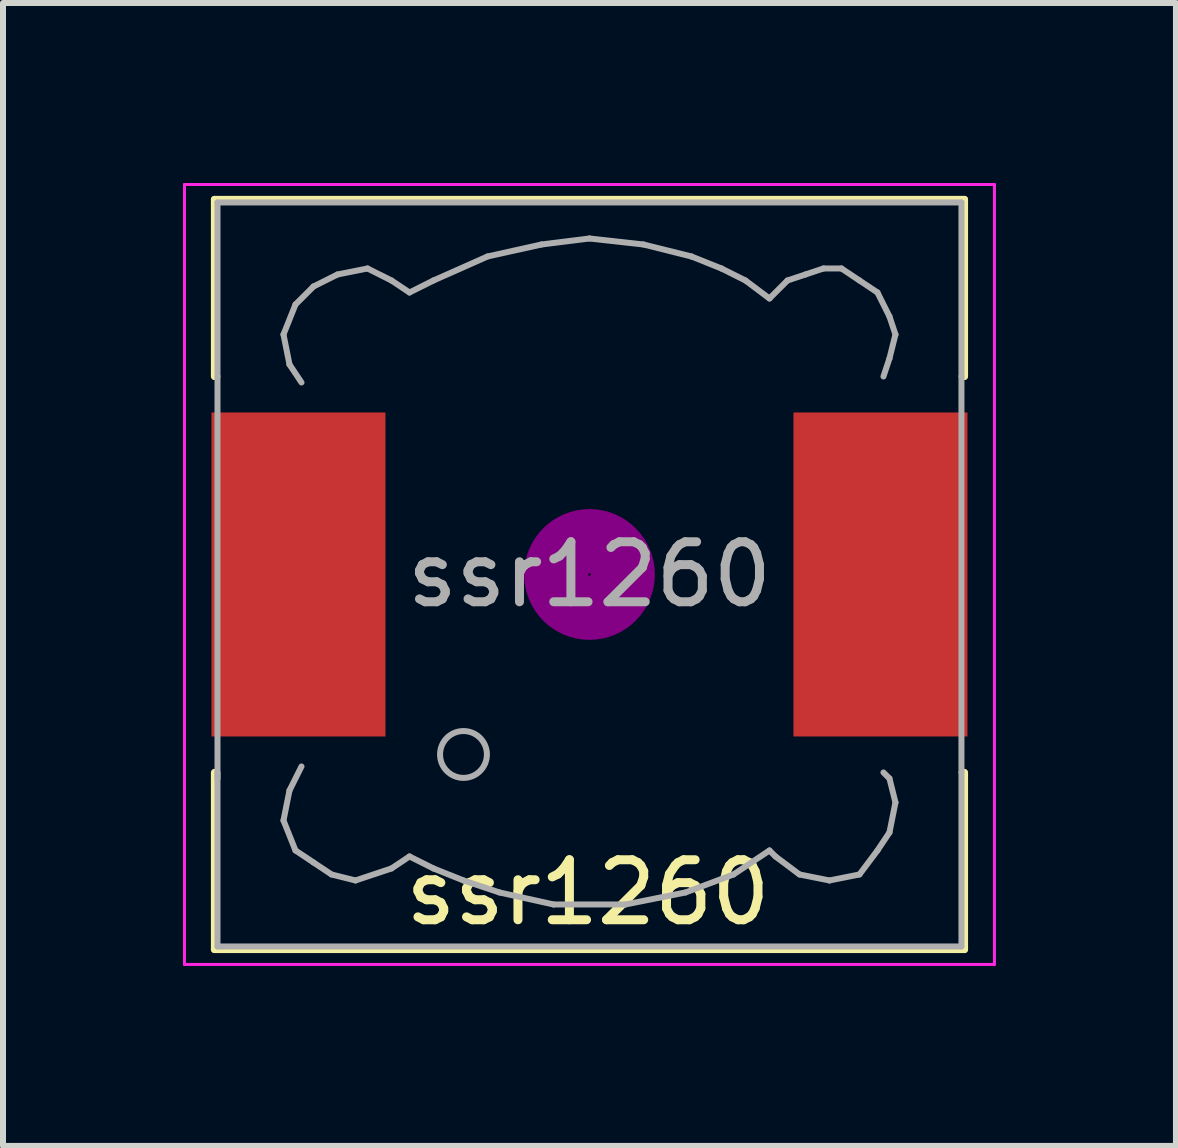
<source format=kicad_pcb>
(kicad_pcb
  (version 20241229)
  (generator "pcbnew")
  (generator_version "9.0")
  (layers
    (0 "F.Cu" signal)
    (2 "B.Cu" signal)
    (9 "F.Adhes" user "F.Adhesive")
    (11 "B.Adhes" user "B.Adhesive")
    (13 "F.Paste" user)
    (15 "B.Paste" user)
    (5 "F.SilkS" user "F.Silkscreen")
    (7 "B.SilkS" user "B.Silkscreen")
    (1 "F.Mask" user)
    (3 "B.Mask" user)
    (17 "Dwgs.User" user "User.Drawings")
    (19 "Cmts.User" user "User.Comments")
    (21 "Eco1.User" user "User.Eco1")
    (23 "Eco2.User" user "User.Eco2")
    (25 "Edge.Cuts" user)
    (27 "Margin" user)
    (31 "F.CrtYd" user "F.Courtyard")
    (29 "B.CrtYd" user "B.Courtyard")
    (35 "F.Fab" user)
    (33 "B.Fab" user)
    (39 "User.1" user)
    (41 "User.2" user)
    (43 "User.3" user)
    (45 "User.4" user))
  (footprint "ssr1260"
    (layer "F.Cu")
    (at 6.775 6.525)
    (property "Reference" "ssr1260" (at -0.025 5.3 0) (layer "F.SilkS") (effects (font (size 1 1) (thickness 0.15))))
    (attr smd)
    (fp_line (start -6.25 -6.25) (end 6.25 -6.25) (stroke (width 0.12) (type solid)) (layer "F.SilkS"))
    (fp_line (start -6.25 -3.3) (end -6.25 -6.25) (stroke (width 0.12) (type solid)) (layer "F.SilkS"))
    (fp_line (start -6.25 6.25) (end -6.25 3.3) (stroke (width 0.12) (type solid)) (layer "F.SilkS"))
    (fp_line (start 6.25 -6.25) (end 6.25 -3.3) (stroke (width 0.12) (type solid)) (layer "F.SilkS"))
    (fp_line (start 6.25 3.3) (end 6.25 6.25) (stroke (width 0.12) (type solid)) (layer "F.SilkS"))
    (fp_line (start 6.25 6.25) (end -6.25 6.25) (stroke (width 0.12) (type solid)) (layer "F.SilkS"))
    (fp_circle (center 0 0) (end 0.15 0.15) (stroke (width 0.38) (type solid)) (fill no) (layer "F.Adhes"))
    (fp_circle (center 0 0) (end 0.55 0) (stroke (width 0.38) (type solid)) (fill no) (layer "F.Adhes"))
    (fp_circle (center 0 0) (end 0.9 0) (stroke (width 0.38) (type solid)) (fill no) (layer "F.Adhes"))
    (fp_line (start -6.75 -6.5) (end 6.75 -6.5) (stroke (width 0.05) (type solid)) (layer "F.CrtYd"))
    (fp_line (start -6.75 6.5) (end -6.75 -6.5) (stroke (width 0.05) (type solid)) (layer "F.CrtYd"))
    (fp_line (start 6.75 -6.5) (end 6.75 6.5) (stroke (width 0.05) (type solid)) (layer "F.CrtYd"))
    (fp_line (start 6.75 6.5) (end -6.75 6.5) (stroke (width 0.05) (type solid)) (layer "F.CrtYd"))
    (fp_line (start -6.2 -6.2) (end -6.2 -3.3) (stroke (width 0.1) (type solid)) (layer "F.Fab"))
    (fp_line (start -6.2 -3.3) (end -6.2 3.4) (stroke (width 0.1) (type solid)) (layer "F.Fab"))
    (fp_line (start -6.2 3.3) (end -6.2 6.2) (stroke (width 0.1) (type solid)) (layer "F.Fab"))
    (fp_line (start -6.2 6.2) (end 6.2 6.2) (stroke (width 0.1) (type solid)) (layer "F.Fab"))
    (fp_line (start -5.1 -4) (end -5 -3.5) (stroke (width 0.1) (type solid)) (layer "F.Fab"))
    (fp_line (start -5.1 4.1) (end -5 3.6) (stroke (width 0.1) (type solid)) (layer "F.Fab"))
    (fp_line (start -5 -3.5) (end -4.8 -3.2) (stroke (width 0.1) (type solid)) (layer "F.Fab"))
    (fp_line (start -5 3.6) (end -4.8 3.2) (stroke (width 0.1) (type solid)) (layer "F.Fab"))
    (fp_line (start -4.9 -4.5) (end -5.1 -4) (stroke (width 0.1) (type solid)) (layer "F.Fab"))
    (fp_line (start -4.9 4.6) (end -5.1 4.1) (stroke (width 0.1) (type solid)) (layer "F.Fab"))
    (fp_line (start -4.6 -4.8) (end -4.9 -4.5) (stroke (width 0.1) (type solid)) (layer "F.Fab"))
    (fp_line (start -4.6 4.8) (end -4.9 4.6) (stroke (width 0.1) (type solid)) (layer "F.Fab"))
    (fp_line (start -4.3 5) (end -4.6 4.8) (stroke (width 0.1) (type solid)) (layer "F.Fab"))
    (fp_line (start -4.2 -5) (end -4.6 -4.8) (stroke (width 0.1) (type solid)) (layer "F.Fab"))
    (fp_line (start -3.9 5.1) (end -4.3 5) (stroke (width 0.1) (type solid)) (layer "F.Fab"))
    (fp_line (start -3.7 -5.1) (end -4.2 -5) (stroke (width 0.1) (type solid)) (layer "F.Fab"))
    (fp_line (start -3.3 -4.9) (end -3.7 -5.1) (stroke (width 0.1) (type solid)) (layer "F.Fab"))
    (fp_line (start -3.3 4.9) (end -3.9 5.1) (stroke (width 0.1) (type solid)) (layer "F.Fab"))
    (fp_line (start -3 -4.7) (end -3.3 -4.9) (stroke (width 0.1) (type solid)) (layer "F.Fab"))
    (fp_line (start -3 4.7) (end -3.3 4.9) (stroke (width 0.1) (type solid)) (layer "F.Fab"))
    (fp_line (start -2.6 -4.9) (end -3 -4.7) (stroke (width 0.1) (type solid)) (layer "F.Fab"))
    (fp_line (start -2.6 4.9) (end -3 4.7) (stroke (width 0.1) (type solid)) (layer "F.Fab"))
    (fp_line (start -2.1 5.1) (end -2.6 4.9) (stroke (width 0.1) (type solid)) (layer "F.Fab"))
    (fp_line (start -1.7 -5.3) (end -2.6 -4.9) (stroke (width 0.1) (type solid)) (layer "F.Fab"))
    (fp_line (start -1.5 5.3) (end -2.1 5.1) (stroke (width 0.1) (type solid)) (layer "F.Fab"))
    (fp_line (start -0.8 -5.5) (end -1.7 -5.3) (stroke (width 0.1) (type solid)) (layer "F.Fab"))
    (fp_line (start -0.6 5.5) (end -1.5 5.3) (stroke (width 0.1) (type solid)) (layer "F.Fab"))
    (fp_line (start 0 -5.6) (end -0.8 -5.5) (stroke (width 0.1) (type solid)) (layer "F.Fab"))
    (fp_line (start 0.6 5.5) (end -0.6 5.5) (stroke (width 0.1) (type solid)) (layer "F.Fab"))
    (fp_line (start 0.9 -5.5) (end 0 -5.6) (stroke (width 0.1) (type solid)) (layer "F.Fab"))
    (fp_line (start 1.6 5.3) (end 0.6 5.5) (stroke (width 0.1) (type solid)) (layer "F.Fab"))
    (fp_line (start 1.7 -5.3) (end 0.9 -5.5) (stroke (width 0.1) (type solid)) (layer "F.Fab"))
    (fp_line (start 2.2 -5.1) (end 1.7 -5.3) (stroke (width 0.1) (type solid)) (layer "F.Fab"))
    (fp_line (start 2.4 5) (end 1.6 5.3) (stroke (width 0.1) (type solid)) (layer "F.Fab"))
    (fp_line (start 2.6 -4.9) (end 2.2 -5.1) (stroke (width 0.1) (type solid)) (layer "F.Fab"))
    (fp_line (start 3 -4.6) (end 2.6 -4.9) (stroke (width 0.1) (type solid)) (layer "F.Fab"))
    (fp_line (start 3 4.6) (end 2.4 5) (stroke (width 0.1) (type solid)) (layer "F.Fab"))
    (fp_line (start 3.1 4.7) (end 3 4.6) (stroke (width 0.1) (type solid)) (layer "F.Fab"))
    (fp_line (start 3.3 -4.9) (end 3 -4.6) (stroke (width 0.1) (type solid)) (layer "F.Fab"))
    (fp_line (start 3.5 5) (end 3.1 4.7) (stroke (width 0.1) (type solid)) (layer "F.Fab"))
    (fp_line (start 3.6 -5) (end 3.3 -4.9) (stroke (width 0.1) (type solid)) (layer "F.Fab"))
    (fp_line (start 3.9 -5.1) (end 3.6 -5) (stroke (width 0.1) (type solid)) (layer "F.Fab"))
    (fp_line (start 4 5.1) (end 3.5 5) (stroke (width 0.1) (type solid)) (layer "F.Fab"))
    (fp_line (start 4.2 -5.1) (end 3.9 -5.1) (stroke (width 0.1) (type solid)) (layer "F.Fab"))
    (fp_line (start 4.5 -4.9) (end 4.2 -5.1) (stroke (width 0.1) (type solid)) (layer "F.Fab"))
    (fp_line (start 4.5 5) (end 4 5.1) (stroke (width 0.1) (type solid)) (layer "F.Fab"))
    (fp_line (start 4.8 -4.7) (end 4.5 -4.9) (stroke (width 0.1) (type solid)) (layer "F.Fab"))
    (fp_line (start 4.8 4.6) (end 4.5 5) (stroke (width 0.1) (type solid)) (layer "F.Fab"))
    (fp_line (start 4.9 -3.3) (end 5 -3.6) (stroke (width 0.1) (type solid)) (layer "F.Fab"))
    (fp_line (start 4.9 3.3) (end 5 3.4) (stroke (width 0.1) (type solid)) (layer "F.Fab"))
    (fp_line (start 5 -4.3) (end 4.8 -4.7) (stroke (width 0.1) (type solid)) (layer "F.Fab"))
    (fp_line (start 5 -3.6) (end 5.1 -4) (stroke (width 0.1) (type solid)) (layer "F.Fab"))
    (fp_line (start 5 3.4) (end 5.1 3.8) (stroke (width 0.1) (type solid)) (layer "F.Fab"))
    (fp_line (start 5 4.3) (end 4.8 4.6) (stroke (width 0.1) (type solid)) (layer "F.Fab"))
    (fp_line (start 5.1 -4) (end 5 -4.3) (stroke (width 0.1) (type solid)) (layer "F.Fab"))
    (fp_line (start 5.1 3.8) (end 5 4.3) (stroke (width 0.1) (type solid)) (layer "F.Fab"))
    (fp_line (start 6.2 -6.2) (end -6.2 -6.2) (stroke (width 0.1) (type solid)) (layer "F.Fab"))
    (fp_line (start 6.2 -6.2) (end 6.2 -3.3) (stroke (width 0.1) (type solid)) (layer "F.Fab"))
    (fp_line (start 6.2 3.3) (end 6.2 -3.3) (stroke (width 0.1) (type solid)) (layer "F.Fab"))
    (fp_line (start 6.2 6.2) (end 6.2 3.3) (stroke (width 0.1) (type solid)) (layer "F.Fab"))
    (fp_circle (center -2.1 3) (end -1.8 3.25) (stroke (width 0.1) (type solid)) (fill no) (layer "F.Fab"))
    (fp_text user "${REFERENCE}" (at 0 0 0) (layer "F.Fab") (effects (font (size 1 1) (thickness 0.15))))
    (pad "1" smd rect (at -4.85 0) (size 2.9 5.4) (layers "F.Cu" "F.Mask" "F.Paste"))
    (pad "2" smd rect (at 4.85 0) (size 2.9 5.4) (layers "F.Cu" "F.Mask" "F.Paste")))
  (gr_rect
    (start -3 -3)
    (end 16.55 16.05)
    (stroke (width 0.1) (type default))
    (fill no)
    (layer "Edge.Cuts")))
</source>
